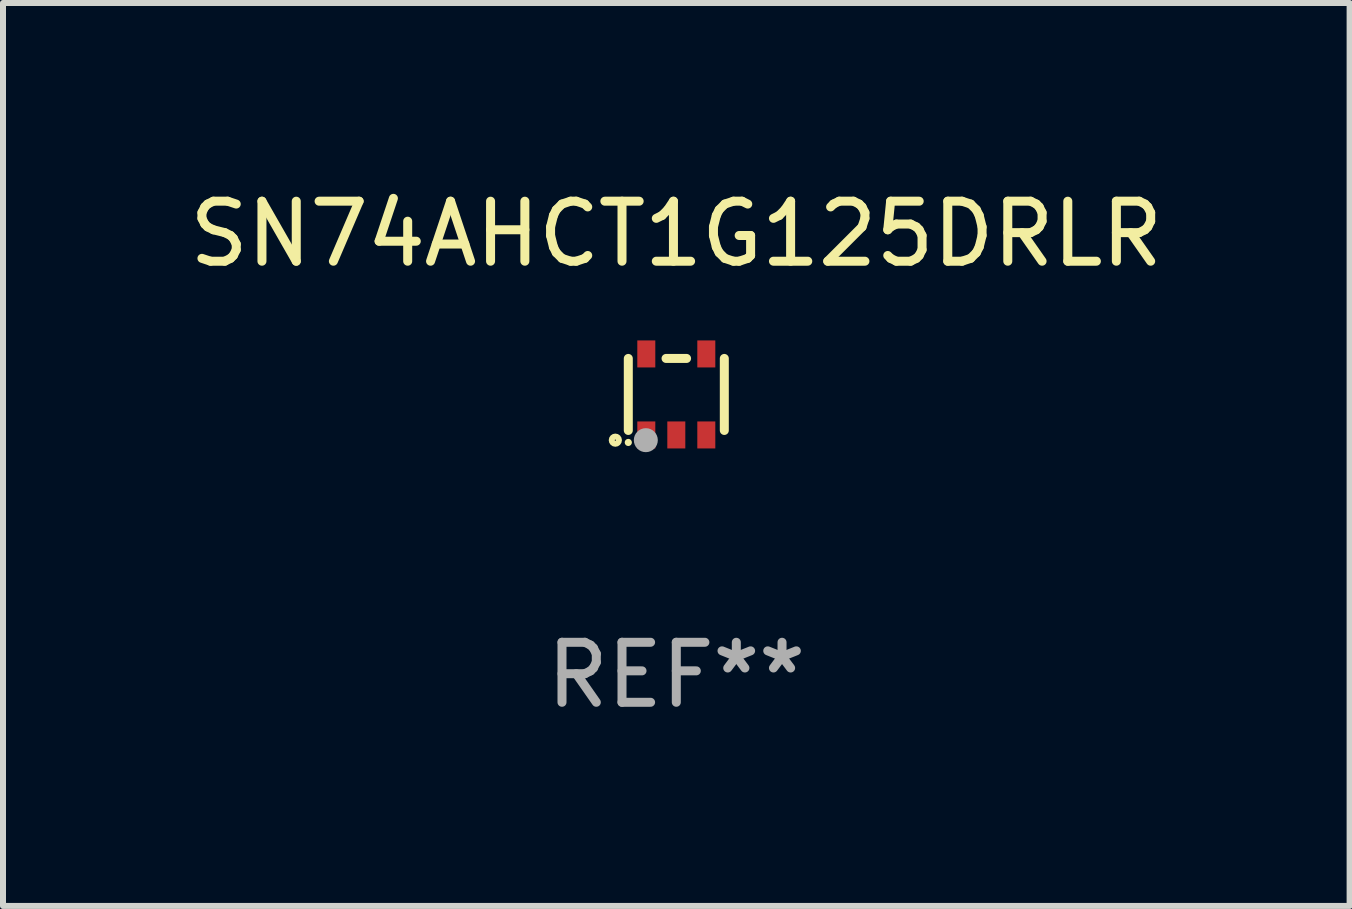
<source format=kicad_pcb>
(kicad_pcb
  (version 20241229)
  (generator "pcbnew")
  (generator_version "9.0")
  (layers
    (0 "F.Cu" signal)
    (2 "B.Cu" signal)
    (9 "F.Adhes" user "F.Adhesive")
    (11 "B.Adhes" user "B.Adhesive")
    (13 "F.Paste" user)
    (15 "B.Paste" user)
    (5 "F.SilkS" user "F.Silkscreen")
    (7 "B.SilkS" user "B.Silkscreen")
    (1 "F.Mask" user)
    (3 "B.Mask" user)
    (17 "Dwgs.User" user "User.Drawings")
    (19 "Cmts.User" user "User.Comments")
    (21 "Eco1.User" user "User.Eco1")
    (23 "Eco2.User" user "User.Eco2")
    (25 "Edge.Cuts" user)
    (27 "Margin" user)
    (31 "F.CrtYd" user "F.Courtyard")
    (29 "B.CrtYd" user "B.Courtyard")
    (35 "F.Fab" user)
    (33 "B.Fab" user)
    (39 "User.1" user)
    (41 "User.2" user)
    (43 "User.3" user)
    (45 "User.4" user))
  (footprint "SN74AHCT1G125DRLR"
    (layer "F.Cu")
    (at 8.22 3.523)
    (property "Reference" "SN74AHCT1G125DRLR" (at 0 -2.675 0) (layer "F.SilkS") (effects (font (size 1 1) (thickness 0.15))))
    (attr through_hole)
    (fp_line (start -0.8 0.6) (end -0.8 -0.6) (stroke (width 0.15) (type solid)) (layer "F.SilkS"))
    (fp_line (start -0.171 -0.6) (end 0.171 -0.6) (stroke (width 0.15) (type solid)) (layer "F.SilkS"))
    (fp_line (start 0.8 -0.6) (end 0.8 0.6) (stroke (width 0.15) (type solid)) (layer "F.SilkS"))
    (fp_circle (center -1.016 0.762) (end -0.956 0.762) (stroke (width 0.1) (type solid)) (fill no) (layer "F.SilkS"))
    (fp_circle (center -0.8 0.8) (end -0.77 0.8) (stroke (width 0.06) (type solid)) (fill no) (layer "F.SilkS"))
    (fp_circle (center -0.508 0.762) (end -0.408 0.762) (stroke (width 0.2) (type solid)) (fill no) (layer "F.Fab"))
    (fp_text user "REF**" (at 0 4.675 0) (layer "F.Fab") (effects (font (size 1 1) (thickness 0.15))))
    (pad "1" smd rect (at -0.5 0.675) (size 0.3 0.45) (layers "F.Cu" "F.Mask" "F.Paste"))
    (pad "2" smd rect (at 0.000127 0.675) (size 0.3 0.45) (layers "F.Cu" "F.Mask" "F.Paste"))
    (pad "3" smd rect (at 0.5 0.675) (size 0.3 0.45) (layers "F.Cu" "F.Mask" "F.Paste"))
    (pad "4" smd rect (at 0.5 -0.675) (size 0.3 0.45) (layers "F.Cu" "F.Mask" "F.Paste"))
    (pad "5" smd rect (at -0.5 -0.675) (size 0.3 0.45) (layers "F.Cu" "F.Mask" "F.Paste")))
  (gr_rect
    (start -3 -3)
    (end 19.44 12.047)
    (stroke (width 0.1) (type default))
    (fill no)
    (layer "Edge.Cuts")))
</source>
